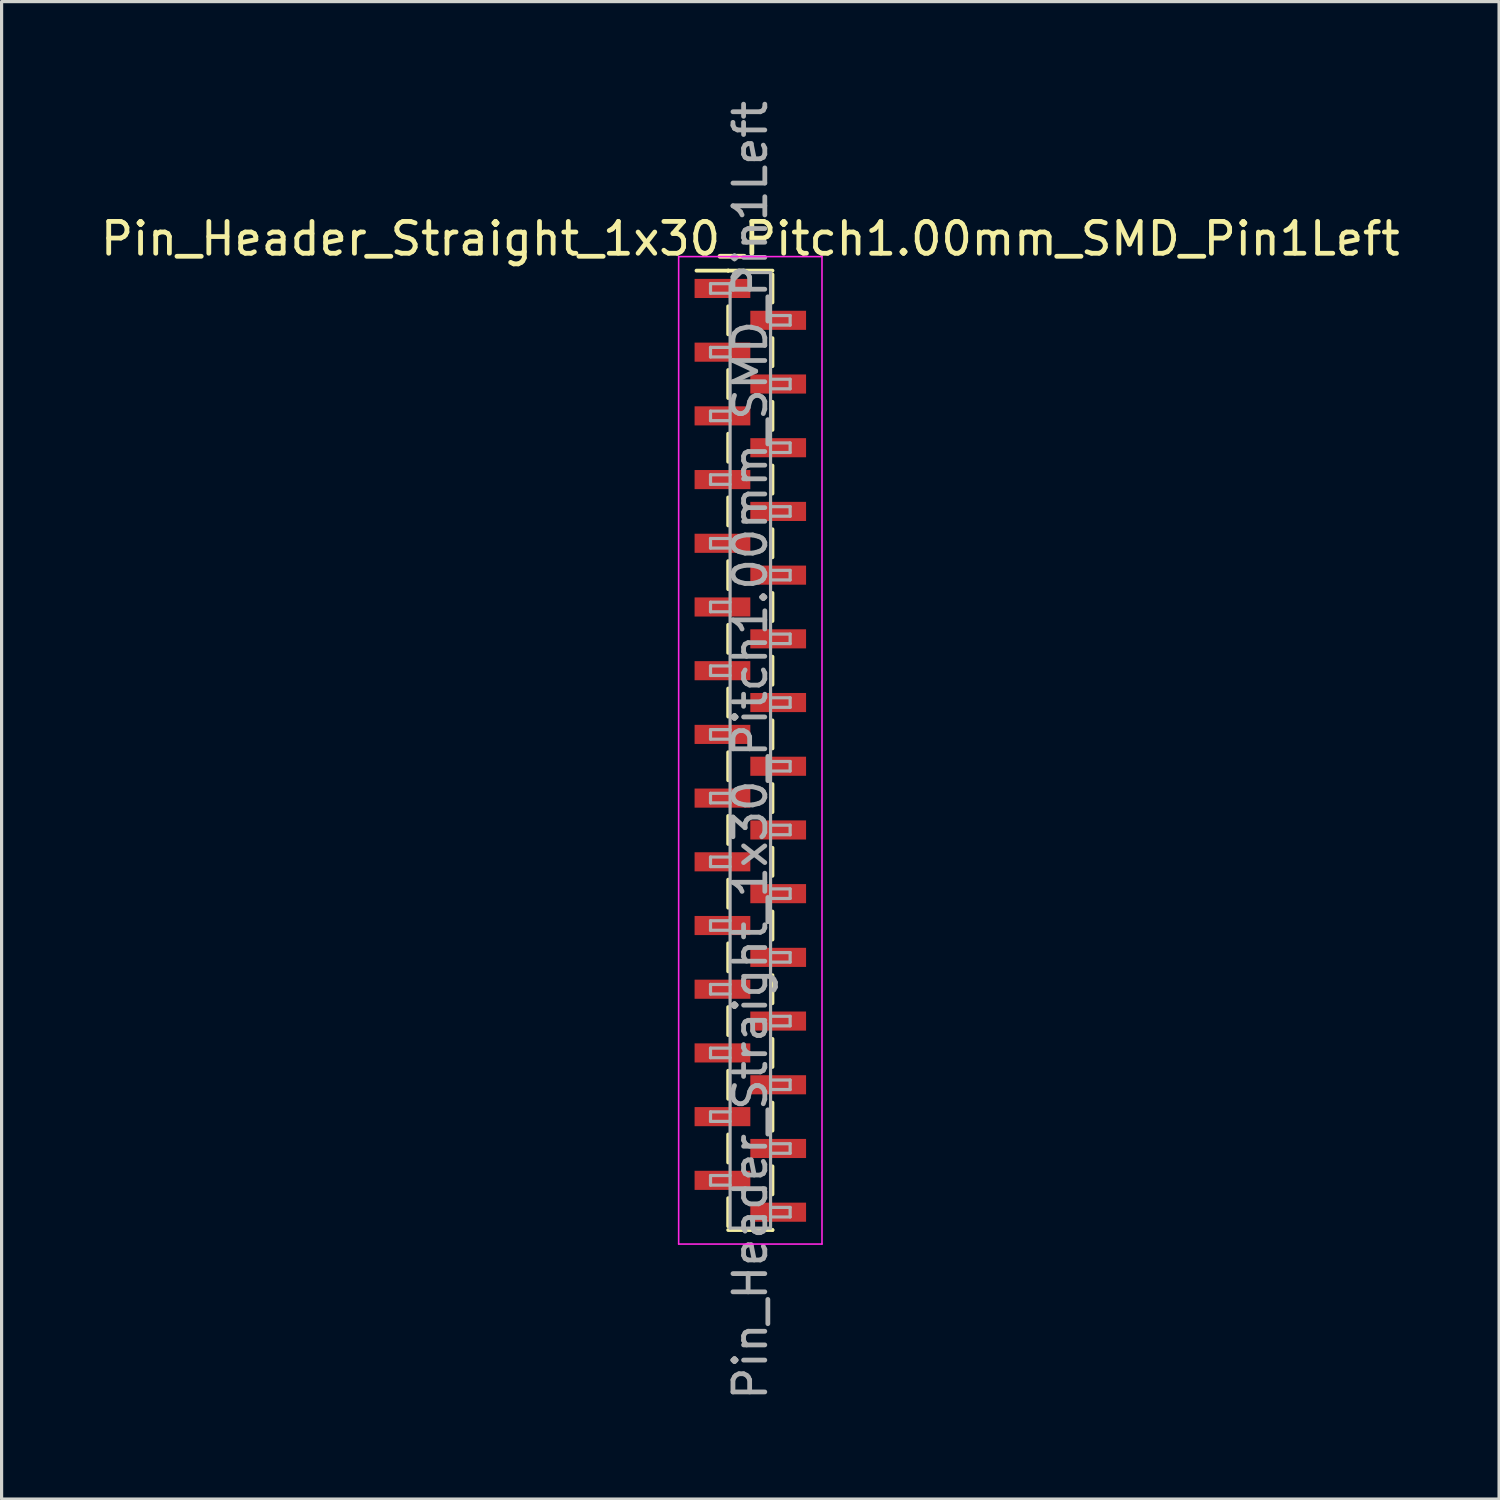
<source format=kicad_pcb>
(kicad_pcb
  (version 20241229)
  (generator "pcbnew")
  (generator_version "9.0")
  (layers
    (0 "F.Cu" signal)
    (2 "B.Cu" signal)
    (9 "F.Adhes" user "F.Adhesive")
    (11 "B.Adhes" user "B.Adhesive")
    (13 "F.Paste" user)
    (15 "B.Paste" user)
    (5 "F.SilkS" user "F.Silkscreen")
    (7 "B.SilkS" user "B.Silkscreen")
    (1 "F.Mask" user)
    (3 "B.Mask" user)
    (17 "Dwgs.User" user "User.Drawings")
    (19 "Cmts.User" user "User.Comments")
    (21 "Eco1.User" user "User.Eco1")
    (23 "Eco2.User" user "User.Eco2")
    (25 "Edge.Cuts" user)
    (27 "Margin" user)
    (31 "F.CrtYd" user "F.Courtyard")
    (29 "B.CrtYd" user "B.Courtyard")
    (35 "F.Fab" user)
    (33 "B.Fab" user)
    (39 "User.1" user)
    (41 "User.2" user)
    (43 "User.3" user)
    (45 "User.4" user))
  (footprint "Pin_Header_Straight_1x30_Pitch1.00mm_SMD_Pin1Left"
    (layer "F.Cu")
    (at 20.506 20.506)
    (property "Reference" "Pin_Header_Straight_1x30_Pitch1.00mm_SMD_Pin1Left" (at 0 -16.06 0) (layer "F.SilkS") (effects (font (size 1 1) (thickness 0.15))))
    (attr smd)
    (fp_line (start -0.695 -15.06) (end -1.69 -15.06) (stroke (width 0.12) (type solid)) (layer "F.SilkS"))
    (fp_line (start -0.695 -15.06) (end -0.695 -15.06) (stroke (width 0.12) (type solid)) (layer "F.SilkS"))
    (fp_line (start -0.695 -15.06) (end 0.695 -15.06) (stroke (width 0.12) (type solid)) (layer "F.SilkS"))
    (fp_line (start -0.695 -13.94) (end -0.695 -13.06) (stroke (width 0.12) (type solid)) (layer "F.SilkS"))
    (fp_line (start -0.695 -11.94) (end -0.695 -11.06) (stroke (width 0.12) (type solid)) (layer "F.SilkS"))
    (fp_line (start -0.695 -9.94) (end -0.695 -9.06) (stroke (width 0.12) (type solid)) (layer "F.SilkS"))
    (fp_line (start -0.695 -7.94) (end -0.695 -7.06) (stroke (width 0.12) (type solid)) (layer "F.SilkS"))
    (fp_line (start -0.695 -5.94) (end -0.695 -5.06) (stroke (width 0.12) (type solid)) (layer "F.SilkS"))
    (fp_line (start -0.695 -3.94) (end -0.695 -3.06) (stroke (width 0.12) (type solid)) (layer "F.SilkS"))
    (fp_line (start -0.695 -1.94) (end -0.695 -1.06) (stroke (width 0.12) (type solid)) (layer "F.SilkS"))
    (fp_line (start -0.695 0.06) (end -0.695 0.94) (stroke (width 0.12) (type solid)) (layer "F.SilkS"))
    (fp_line (start -0.695 2.06) (end -0.695 2.94) (stroke (width 0.12) (type solid)) (layer "F.SilkS"))
    (fp_line (start -0.695 4.06) (end -0.695 4.94) (stroke (width 0.12) (type solid)) (layer "F.SilkS"))
    (fp_line (start -0.695 6.06) (end -0.695 6.94) (stroke (width 0.12) (type solid)) (layer "F.SilkS"))
    (fp_line (start -0.695 8.06) (end -0.695 8.94) (stroke (width 0.12) (type solid)) (layer "F.SilkS"))
    (fp_line (start -0.695 10.06) (end -0.695 10.94) (stroke (width 0.12) (type solid)) (layer "F.SilkS"))
    (fp_line (start -0.695 12.06) (end -0.695 12.94) (stroke (width 0.12) (type solid)) (layer "F.SilkS"))
    (fp_line (start -0.695 14.06) (end -0.695 14.94) (stroke (width 0.12) (type solid)) (layer "F.SilkS"))
    (fp_line (start -0.695 15.06) (end 0.695 15.06) (stroke (width 0.12) (type solid)) (layer "F.SilkS"))
    (fp_line (start 0.695 -14.94) (end 0.695 -14.06) (stroke (width 0.12) (type solid)) (layer "F.SilkS"))
    (fp_line (start 0.695 -12.94) (end 0.695 -12.06) (stroke (width 0.12) (type solid)) (layer "F.SilkS"))
    (fp_line (start 0.695 -10.94) (end 0.695 -10.06) (stroke (width 0.12) (type solid)) (layer "F.SilkS"))
    (fp_line (start 0.695 -8.94) (end 0.695 -8.06) (stroke (width 0.12) (type solid)) (layer "F.SilkS"))
    (fp_line (start 0.695 -6.94) (end 0.695 -6.06) (stroke (width 0.12) (type solid)) (layer "F.SilkS"))
    (fp_line (start 0.695 -4.94) (end 0.695 -4.06) (stroke (width 0.12) (type solid)) (layer "F.SilkS"))
    (fp_line (start 0.695 -2.94) (end 0.695 -2.06) (stroke (width 0.12) (type solid)) (layer "F.SilkS"))
    (fp_line (start 0.695 -0.94) (end 0.695 -0.06) (stroke (width 0.12) (type solid)) (layer "F.SilkS"))
    (fp_line (start 0.695 1.06) (end 0.695 1.94) (stroke (width 0.12) (type solid)) (layer "F.SilkS"))
    (fp_line (start 0.695 3.06) (end 0.695 3.94) (stroke (width 0.12) (type solid)) (layer "F.SilkS"))
    (fp_line (start 0.695 5.06) (end 0.695 5.94) (stroke (width 0.12) (type solid)) (layer "F.SilkS"))
    (fp_line (start 0.695 7.06) (end 0.695 7.94) (stroke (width 0.12) (type solid)) (layer "F.SilkS"))
    (fp_line (start 0.695 9.06) (end 0.695 9.94) (stroke (width 0.12) (type solid)) (layer "F.SilkS"))
    (fp_line (start 0.695 11.06) (end 0.695 11.94) (stroke (width 0.12) (type solid)) (layer "F.SilkS"))
    (fp_line (start 0.695 13.06) (end 0.695 13.94) (stroke (width 0.12) (type solid)) (layer "F.SilkS"))
    (fp_line (start 0.695 15.06) (end 0.695 15.06) (stroke (width 0.12) (type solid)) (layer "F.SilkS"))
    (fp_line (start -2.25 -15.5) (end -2.25 15.5) (stroke (width 0.05) (type solid)) (layer "F.CrtYd"))
    (fp_line (start -2.25 15.5) (end 2.25 15.5) (stroke (width 0.05) (type solid)) (layer "F.CrtYd"))
    (fp_line (start 2.25 -15.5) (end -2.25 -15.5) (stroke (width 0.05) (type solid)) (layer "F.CrtYd"))
    (fp_line (start 2.25 15.5) (end 2.25 -15.5) (stroke (width 0.05) (type solid)) (layer "F.CrtYd"))
    (fp_line (start -1.25 -14.65) (end -1.25 -14.35) (stroke (width 0.1) (type solid)) (layer "F.Fab"))
    (fp_line (start -1.25 -14.35) (end -0.635 -14.35) (stroke (width 0.1) (type solid)) (layer "F.Fab"))
    (fp_line (start -1.25 -12.65) (end -1.25 -12.35) (stroke (width 0.1) (type solid)) (layer "F.Fab"))
    (fp_line (start -1.25 -12.35) (end -0.635 -12.35) (stroke (width 0.1) (type solid)) (layer "F.Fab"))
    (fp_line (start -1.25 -10.65) (end -1.25 -10.35) (stroke (width 0.1) (type solid)) (layer "F.Fab"))
    (fp_line (start -1.25 -10.35) (end -0.635 -10.35) (stroke (width 0.1) (type solid)) (layer "F.Fab"))
    (fp_line (start -1.25 -8.65) (end -1.25 -8.35) (stroke (width 0.1) (type solid)) (layer "F.Fab"))
    (fp_line (start -1.25 -8.35) (end -0.635 -8.35) (stroke (width 0.1) (type solid)) (layer "F.Fab"))
    (fp_line (start -1.25 -6.65) (end -1.25 -6.35) (stroke (width 0.1) (type solid)) (layer "F.Fab"))
    (fp_line (start -1.25 -6.35) (end -0.635 -6.35) (stroke (width 0.1) (type solid)) (layer "F.Fab"))
    (fp_line (start -1.25 -4.65) (end -1.25 -4.35) (stroke (width 0.1) (type solid)) (layer "F.Fab"))
    (fp_line (start -1.25 -4.35) (end -0.635 -4.35) (stroke (width 0.1) (type solid)) (layer "F.Fab"))
    (fp_line (start -1.25 -2.65) (end -1.25 -2.35) (stroke (width 0.1) (type solid)) (layer "F.Fab"))
    (fp_line (start -1.25 -2.35) (end -0.635 -2.35) (stroke (width 0.1) (type solid)) (layer "F.Fab"))
    (fp_line (start -1.25 -0.65) (end -1.25 -0.35) (stroke (width 0.1) (type solid)) (layer "F.Fab"))
    (fp_line (start -1.25 -0.35) (end -0.635 -0.35) (stroke (width 0.1) (type solid)) (layer "F.Fab"))
    (fp_line (start -1.25 1.35) (end -1.25 1.65) (stroke (width 0.1) (type solid)) (layer "F.Fab"))
    (fp_line (start -1.25 1.65) (end -0.635 1.65) (stroke (width 0.1) (type solid)) (layer "F.Fab"))
    (fp_line (start -1.25 3.35) (end -1.25 3.65) (stroke (width 0.1) (type solid)) (layer "F.Fab"))
    (fp_line (start -1.25 3.65) (end -0.635 3.65) (stroke (width 0.1) (type solid)) (layer "F.Fab"))
    (fp_line (start -1.25 5.35) (end -1.25 5.65) (stroke (width 0.1) (type solid)) (layer "F.Fab"))
    (fp_line (start -1.25 5.65) (end -0.635 5.65) (stroke (width 0.1) (type solid)) (layer "F.Fab"))
    (fp_line (start -1.25 7.35) (end -1.25 7.65) (stroke (width 0.1) (type solid)) (layer "F.Fab"))
    (fp_line (start -1.25 7.65) (end -0.635 7.65) (stroke (width 0.1) (type solid)) (layer "F.Fab"))
    (fp_line (start -1.25 9.35) (end -1.25 9.65) (stroke (width 0.1) (type solid)) (layer "F.Fab"))
    (fp_line (start -1.25 9.65) (end -0.635 9.65) (stroke (width 0.1) (type solid)) (layer "F.Fab"))
    (fp_line (start -1.25 11.35) (end -1.25 11.65) (stroke (width 0.1) (type solid)) (layer "F.Fab"))
    (fp_line (start -1.25 11.65) (end -0.635 11.65) (stroke (width 0.1) (type solid)) (layer "F.Fab"))
    (fp_line (start -1.25 13.35) (end -1.25 13.65) (stroke (width 0.1) (type solid)) (layer "F.Fab"))
    (fp_line (start -1.25 13.65) (end -0.635 13.65) (stroke (width 0.1) (type solid)) (layer "F.Fab"))
    (fp_line (start -0.635 -14.65) (end -1.25 -14.65) (stroke (width 0.1) (type solid)) (layer "F.Fab"))
    (fp_line (start -0.635 -14.65) (end -0.285 -15) (stroke (width 0.1) (type solid)) (layer "F.Fab"))
    (fp_line (start -0.635 -12.65) (end -1.25 -12.65) (stroke (width 0.1) (type solid)) (layer "F.Fab"))
    (fp_line (start -0.635 -10.65) (end -1.25 -10.65) (stroke (width 0.1) (type solid)) (layer "F.Fab"))
    (fp_line (start -0.635 -8.65) (end -1.25 -8.65) (stroke (width 0.1) (type solid)) (layer "F.Fab"))
    (fp_line (start -0.635 -6.65) (end -1.25 -6.65) (stroke (width 0.1) (type solid)) (layer "F.Fab"))
    (fp_line (start -0.635 -4.65) (end -1.25 -4.65) (stroke (width 0.1) (type solid)) (layer "F.Fab"))
    (fp_line (start -0.635 -2.65) (end -1.25 -2.65) (stroke (width 0.1) (type solid)) (layer "F.Fab"))
    (fp_line (start -0.635 -0.65) (end -1.25 -0.65) (stroke (width 0.1) (type solid)) (layer "F.Fab"))
    (fp_line (start -0.635 1.35) (end -1.25 1.35) (stroke (width 0.1) (type solid)) (layer "F.Fab"))
    (fp_line (start -0.635 3.35) (end -1.25 3.35) (stroke (width 0.1) (type solid)) (layer "F.Fab"))
    (fp_line (start -0.635 5.35) (end -1.25 5.35) (stroke (width 0.1) (type solid)) (layer "F.Fab"))
    (fp_line (start -0.635 7.35) (end -1.25 7.35) (stroke (width 0.1) (type solid)) (layer "F.Fab"))
    (fp_line (start -0.635 9.35) (end -1.25 9.35) (stroke (width 0.1) (type solid)) (layer "F.Fab"))
    (fp_line (start -0.635 11.35) (end -1.25 11.35) (stroke (width 0.1) (type solid)) (layer "F.Fab"))
    (fp_line (start -0.635 13.35) (end -1.25 13.35) (stroke (width 0.1) (type solid)) (layer "F.Fab"))
    (fp_line (start -0.635 15) (end -0.635 -14.65) (stroke (width 0.1) (type solid)) (layer "F.Fab"))
    (fp_line (start -0.285 -15) (end 0.635 -15) (stroke (width 0.1) (type solid)) (layer "F.Fab"))
    (fp_line (start 0.635 -15) (end 0.635 15) (stroke (width 0.1) (type solid)) (layer "F.Fab"))
    (fp_line (start 0.635 -13.65) (end 1.25 -13.65) (stroke (width 0.1) (type solid)) (layer "F.Fab"))
    (fp_line (start 0.635 -11.65) (end 1.25 -11.65) (stroke (width 0.1) (type solid)) (layer "F.Fab"))
    (fp_line (start 0.635 -9.65) (end 1.25 -9.65) (stroke (width 0.1) (type solid)) (layer "F.Fab"))
    (fp_line (start 0.635 -7.65) (end 1.25 -7.65) (stroke (width 0.1) (type solid)) (layer "F.Fab"))
    (fp_line (start 0.635 -5.65) (end 1.25 -5.65) (stroke (width 0.1) (type solid)) (layer "F.Fab"))
    (fp_line (start 0.635 -3.65) (end 1.25 -3.65) (stroke (width 0.1) (type solid)) (layer "F.Fab"))
    (fp_line (start 0.635 -1.65) (end 1.25 -1.65) (stroke (width 0.1) (type solid)) (layer "F.Fab"))
    (fp_line (start 0.635 0.35) (end 1.25 0.35) (stroke (width 0.1) (type solid)) (layer "F.Fab"))
    (fp_line (start 0.635 2.35) (end 1.25 2.35) (stroke (width 0.1) (type solid)) (layer "F.Fab"))
    (fp_line (start 0.635 4.35) (end 1.25 4.35) (stroke (width 0.1) (type solid)) (layer "F.Fab"))
    (fp_line (start 0.635 6.35) (end 1.25 6.35) (stroke (width 0.1) (type solid)) (layer "F.Fab"))
    (fp_line (start 0.635 8.35) (end 1.25 8.35) (stroke (width 0.1) (type solid)) (layer "F.Fab"))
    (fp_line (start 0.635 10.35) (end 1.25 10.35) (stroke (width 0.1) (type solid)) (layer "F.Fab"))
    (fp_line (start 0.635 12.35) (end 1.25 12.35) (stroke (width 0.1) (type solid)) (layer "F.Fab"))
    (fp_line (start 0.635 14.35) (end 1.25 14.35) (stroke (width 0.1) (type solid)) (layer "F.Fab"))
    (fp_line (start 0.635 15) (end -0.635 15) (stroke (width 0.1) (type solid)) (layer "F.Fab"))
    (fp_line (start 1.25 -13.65) (end 1.25 -13.35) (stroke (width 0.1) (type solid)) (layer "F.Fab"))
    (fp_line (start 1.25 -13.35) (end 0.635 -13.35) (stroke (width 0.1) (type solid)) (layer "F.Fab"))
    (fp_line (start 1.25 -11.65) (end 1.25 -11.35) (stroke (width 0.1) (type solid)) (layer "F.Fab"))
    (fp_line (start 1.25 -11.35) (end 0.635 -11.35) (stroke (width 0.1) (type solid)) (layer "F.Fab"))
    (fp_line (start 1.25 -9.65) (end 1.25 -9.35) (stroke (width 0.1) (type solid)) (layer "F.Fab"))
    (fp_line (start 1.25 -9.35) (end 0.635 -9.35) (stroke (width 0.1) (type solid)) (layer "F.Fab"))
    (fp_line (start 1.25 -7.65) (end 1.25 -7.35) (stroke (width 0.1) (type solid)) (layer "F.Fab"))
    (fp_line (start 1.25 -7.35) (end 0.635 -7.35) (stroke (width 0.1) (type solid)) (layer "F.Fab"))
    (fp_line (start 1.25 -5.65) (end 1.25 -5.35) (stroke (width 0.1) (type solid)) (layer "F.Fab"))
    (fp_line (start 1.25 -5.35) (end 0.635 -5.35) (stroke (width 0.1) (type solid)) (layer "F.Fab"))
    (fp_line (start 1.25 -3.65) (end 1.25 -3.35) (stroke (width 0.1) (type solid)) (layer "F.Fab"))
    (fp_line (start 1.25 -3.35) (end 0.635 -3.35) (stroke (width 0.1) (type solid)) (layer "F.Fab"))
    (fp_line (start 1.25 -1.65) (end 1.25 -1.35) (stroke (width 0.1) (type solid)) (layer "F.Fab"))
    (fp_line (start 1.25 -1.35) (end 0.635 -1.35) (stroke (width 0.1) (type solid)) (layer "F.Fab"))
    (fp_line (start 1.25 0.35) (end 1.25 0.65) (stroke (width 0.1) (type solid)) (layer "F.Fab"))
    (fp_line (start 1.25 0.65) (end 0.635 0.65) (stroke (width 0.1) (type solid)) (layer "F.Fab"))
    (fp_line (start 1.25 2.35) (end 1.25 2.65) (stroke (width 0.1) (type solid)) (layer "F.Fab"))
    (fp_line (start 1.25 2.65) (end 0.635 2.65) (stroke (width 0.1) (type solid)) (layer "F.Fab"))
    (fp_line (start 1.25 4.35) (end 1.25 4.65) (stroke (width 0.1) (type solid)) (layer "F.Fab"))
    (fp_line (start 1.25 4.65) (end 0.635 4.65) (stroke (width 0.1) (type solid)) (layer "F.Fab"))
    (fp_line (start 1.25 6.35) (end 1.25 6.65) (stroke (width 0.1) (type solid)) (layer "F.Fab"))
    (fp_line (start 1.25 6.65) (end 0.635 6.65) (stroke (width 0.1) (type solid)) (layer "F.Fab"))
    (fp_line (start 1.25 8.35) (end 1.25 8.65) (stroke (width 0.1) (type solid)) (layer "F.Fab"))
    (fp_line (start 1.25 8.65) (end 0.635 8.65) (stroke (width 0.1) (type solid)) (layer "F.Fab"))
    (fp_line (start 1.25 10.35) (end 1.25 10.65) (stroke (width 0.1) (type solid)) (layer "F.Fab"))
    (fp_line (start 1.25 10.65) (end 0.635 10.65) (stroke (width 0.1) (type solid)) (layer "F.Fab"))
    (fp_line (start 1.25 12.35) (end 1.25 12.65) (stroke (width 0.1) (type solid)) (layer "F.Fab"))
    (fp_line (start 1.25 12.65) (end 0.635 12.65) (stroke (width 0.1) (type solid)) (layer "F.Fab"))
    (fp_line (start 1.25 14.35) (end 1.25 14.65) (stroke (width 0.1) (type solid)) (layer "F.Fab"))
    (fp_line (start 1.25 14.65) (end 0.635 14.65) (stroke (width 0.1) (type solid)) (layer "F.Fab"))
    (fp_text user "${REFERENCE}" (at 0 0 90) (layer "F.Fab") (effects (font (size 1 1) (thickness 0.15))))
    (pad "1" smd rect (at -0.875 -14.5) (size 1.75 0.6) (layers "F.Cu" "F.Mask" "F.Paste"))
    (pad "2" smd rect (at 0.875 -13.5) (size 1.75 0.6) (layers "F.Cu" "F.Mask" "F.Paste"))
    (pad "3" smd rect (at -0.875 -12.5) (size 1.75 0.6) (layers "F.Cu" "F.Mask" "F.Paste"))
    (pad "4" smd rect (at 0.875 -11.5) (size 1.75 0.6) (layers "F.Cu" "F.Mask" "F.Paste"))
    (pad "5" smd rect (at -0.875 -10.5) (size 1.75 0.6) (layers "F.Cu" "F.Mask" "F.Paste"))
    (pad "6" smd rect (at 0.875 -9.5) (size 1.75 0.6) (layers "F.Cu" "F.Mask" "F.Paste"))
    (pad "7" smd rect (at -0.875 -8.5) (size 1.75 0.6) (layers "F.Cu" "F.Mask" "F.Paste"))
    (pad "8" smd rect (at 0.875 -7.5) (size 1.75 0.6) (layers "F.Cu" "F.Mask" "F.Paste"))
    (pad "9" smd rect (at -0.875 -6.5) (size 1.75 0.6) (layers "F.Cu" "F.Mask" "F.Paste"))
    (pad "10" smd rect (at 0.875 -5.5) (size 1.75 0.6) (layers "F.Cu" "F.Mask" "F.Paste"))
    (pad "11" smd rect (at -0.875 -4.5) (size 1.75 0.6) (layers "F.Cu" "F.Mask" "F.Paste"))
    (pad "12" smd rect (at 0.875 -3.5) (size 1.75 0.6) (layers "F.Cu" "F.Mask" "F.Paste"))
    (pad "13" smd rect (at -0.875 -2.5) (size 1.75 0.6) (layers "F.Cu" "F.Mask" "F.Paste"))
    (pad "14" smd rect (at 0.875 -1.5) (size 1.75 0.6) (layers "F.Cu" "F.Mask" "F.Paste"))
    (pad "15" smd rect (at -0.875 -0.5) (size 1.75 0.6) (layers "F.Cu" "F.Mask" "F.Paste"))
    (pad "16" smd rect (at 0.875 0.5) (size 1.75 0.6) (layers "F.Cu" "F.Mask" "F.Paste"))
    (pad "17" smd rect (at -0.875 1.5) (size 1.75 0.6) (layers "F.Cu" "F.Mask" "F.Paste"))
    (pad "18" smd rect (at 0.875 2.5) (size 1.75 0.6) (layers "F.Cu" "F.Mask" "F.Paste"))
    (pad "19" smd rect (at -0.875 3.5) (size 1.75 0.6) (layers "F.Cu" "F.Mask" "F.Paste"))
    (pad "20" smd rect (at 0.875 4.5) (size 1.75 0.6) (layers "F.Cu" "F.Mask" "F.Paste"))
    (pad "21" smd rect (at -0.875 5.5) (size 1.75 0.6) (layers "F.Cu" "F.Mask" "F.Paste"))
    (pad "22" smd rect (at 0.875 6.5) (size 1.75 0.6) (layers "F.Cu" "F.Mask" "F.Paste"))
    (pad "23" smd rect (at -0.875 7.5) (size 1.75 0.6) (layers "F.Cu" "F.Mask" "F.Paste"))
    (pad "24" smd rect (at 0.875 8.5) (size 1.75 0.6) (layers "F.Cu" "F.Mask" "F.Paste"))
    (pad "25" smd rect (at -0.875 9.5) (size 1.75 0.6) (layers "F.Cu" "F.Mask" "F.Paste"))
    (pad "26" smd rect (at 0.875 10.5) (size 1.75 0.6) (layers "F.Cu" "F.Mask" "F.Paste"))
    (pad "27" smd rect (at -0.875 11.5) (size 1.75 0.6) (layers "F.Cu" "F.Mask" "F.Paste"))
    (pad "28" smd rect (at 0.875 12.5) (size 1.75 0.6) (layers "F.Cu" "F.Mask" "F.Paste"))
    (pad "29" smd rect (at -0.875 13.5) (size 1.75 0.6) (layers "F.Cu" "F.Mask" "F.Paste"))
    (pad "30" smd rect (at 0.875 14.5) (size 1.75 0.6) (layers "F.Cu" "F.Mask" "F.Paste")))
  (gr_rect
    (start -3 -3)
    (end 44.012 44.012)
    (stroke (width 0.1) (type default))
    (fill no)
    (layer "Edge.Cuts")))
</source>
